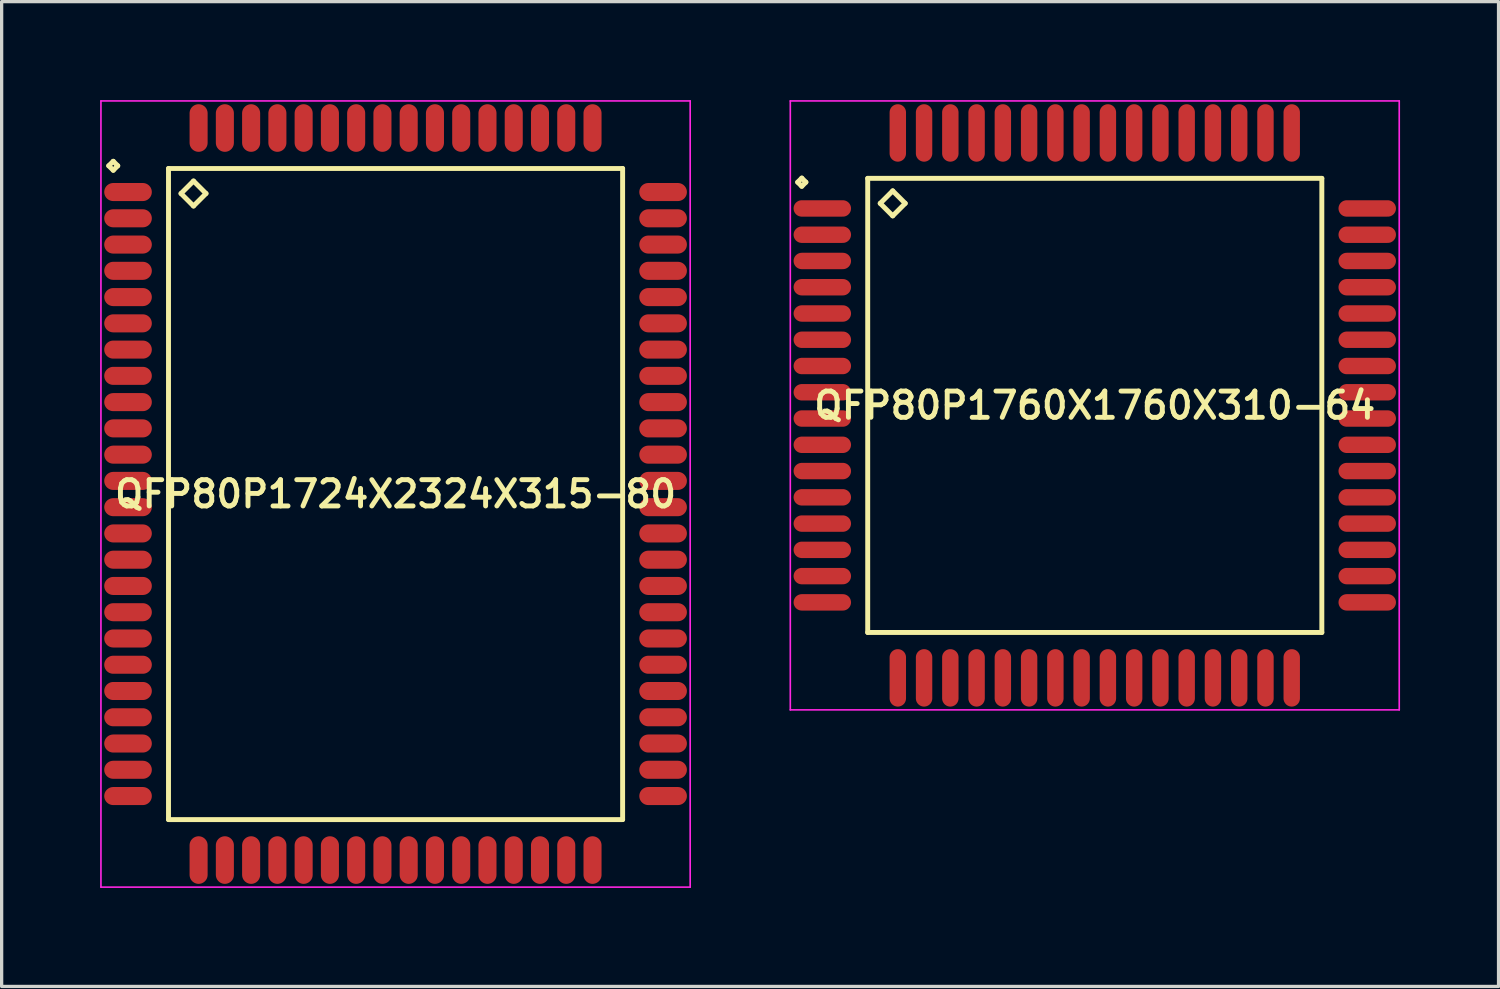
<source format=kicad_pcb>
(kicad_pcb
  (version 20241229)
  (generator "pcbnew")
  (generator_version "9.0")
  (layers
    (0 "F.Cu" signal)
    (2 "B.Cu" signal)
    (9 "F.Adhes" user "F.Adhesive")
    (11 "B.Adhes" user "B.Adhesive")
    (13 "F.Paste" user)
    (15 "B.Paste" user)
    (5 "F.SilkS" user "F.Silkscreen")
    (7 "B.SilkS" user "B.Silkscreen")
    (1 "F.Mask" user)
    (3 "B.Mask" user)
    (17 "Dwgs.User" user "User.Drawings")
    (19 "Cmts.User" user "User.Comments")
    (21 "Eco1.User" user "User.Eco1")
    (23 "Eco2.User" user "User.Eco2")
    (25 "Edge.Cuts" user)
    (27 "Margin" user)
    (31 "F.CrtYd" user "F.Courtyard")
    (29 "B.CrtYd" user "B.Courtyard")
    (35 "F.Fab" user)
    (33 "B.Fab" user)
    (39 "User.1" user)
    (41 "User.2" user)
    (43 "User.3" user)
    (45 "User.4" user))
  (footprint "QFP80P1760X1760X310-64"
    (layer "F.Cu")
    (at 30.3 9.3)
    (property "Reference" "QFP80P1760X1760X310-64" (at 0 0 0) (layer "F.SilkS") (effects (font (size 0.8 0.8) (thickness 0.15))))
    (attr smd)
    (fp_line (start -9.05 -6.8) (end -8.925 -6.925) (stroke (width 0.15) (type solid)) (layer "F.SilkS"))
    (fp_line (start -8.925 -6.925) (end -8.8 -6.8) (stroke (width 0.15) (type solid)) (layer "F.SilkS"))
    (fp_line (start -8.925 -6.675) (end -9.05 -6.8) (stroke (width 0.15) (type solid)) (layer "F.SilkS"))
    (fp_line (start -8.8 -6.8) (end -8.925 -6.675) (stroke (width 0.15) (type solid)) (layer "F.SilkS"))
    (fp_line (start -6.917 -6.917) (end -6.917 6.917) (stroke (width 0.15) (type solid)) (layer "F.SilkS"))
    (fp_line (start -6.917 6.917) (end 6.917 6.917) (stroke (width 0.15) (type solid)) (layer "F.SilkS"))
    (fp_line (start -6.536 -6.155) (end -6.155 -6.536) (stroke (width 0.15) (type solid)) (layer "F.SilkS"))
    (fp_line (start -6.155 -6.536) (end -5.774 -6.155) (stroke (width 0.15) (type solid)) (layer "F.SilkS"))
    (fp_line (start -6.155 -5.774) (end -6.536 -6.155) (stroke (width 0.15) (type solid)) (layer "F.SilkS"))
    (fp_line (start -5.774 -6.155) (end -6.155 -5.774) (stroke (width 0.15) (type solid)) (layer "F.SilkS"))
    (fp_line (start 6.917 -6.917) (end -6.917 -6.917) (stroke (width 0.15) (type solid)) (layer "F.SilkS"))
    (fp_line (start 6.917 6.917) (end 6.917 -6.917) (stroke (width 0.15) (type solid)) (layer "F.SilkS"))
    (fp_line (start -9.275 -9.275) (end 9.275 -9.275) (stroke (width 0.05) (type solid)) (layer "F.CrtYd"))
    (fp_line (start -9.275 9.275) (end -9.275 -9.275) (stroke (width 0.05) (type solid)) (layer "F.CrtYd"))
    (fp_line (start 9.275 -9.275) (end 9.275 9.275) (stroke (width 0.05) (type solid)) (layer "F.CrtYd"))
    (fp_line (start 9.275 9.275) (end -9.275 9.275) (stroke (width 0.05) (type solid)) (layer "F.CrtYd"))
    (pad "1" smd oval (at -8.3 -6) (size 1.75 0.5) (layers "F.Cu" "F.Mask" "F.Paste"))
    (pad "2" smd oval (at -8.3 -5.2) (size 1.75 0.5) (layers "F.Cu" "F.Mask" "F.Paste"))
    (pad "3" smd oval (at -8.3 -4.4) (size 1.75 0.5) (layers "F.Cu" "F.Mask" "F.Paste"))
    (pad "4" smd oval (at -8.3 -3.6) (size 1.75 0.5) (layers "F.Cu" "F.Mask" "F.Paste"))
    (pad "5" smd oval (at -8.3 -2.8) (size 1.75 0.5) (layers "F.Cu" "F.Mask" "F.Paste"))
    (pad "6" smd oval (at -8.3 -2) (size 1.75 0.5) (layers "F.Cu" "F.Mask" "F.Paste"))
    (pad "7" smd oval (at -8.3 -1.2) (size 1.75 0.5) (layers "F.Cu" "F.Mask" "F.Paste"))
    (pad "8" smd oval (at -8.3 -0.4) (size 1.75 0.5) (layers "F.Cu" "F.Mask" "F.Paste"))
    (pad "9" smd oval (at -8.3 0.4) (size 1.75 0.5) (layers "F.Cu" "F.Mask" "F.Paste"))
    (pad "10" smd oval (at -8.3 1.2) (size 1.75 0.5) (layers "F.Cu" "F.Mask" "F.Paste"))
    (pad "11" smd oval (at -8.3 2) (size 1.75 0.5) (layers "F.Cu" "F.Mask" "F.Paste"))
    (pad "12" smd oval (at -8.3 2.8) (size 1.75 0.5) (layers "F.Cu" "F.Mask" "F.Paste"))
    (pad "13" smd oval (at -8.3 3.6) (size 1.75 0.5) (layers "F.Cu" "F.Mask" "F.Paste"))
    (pad "14" smd oval (at -8.3 4.4) (size 1.75 0.5) (layers "F.Cu" "F.Mask" "F.Paste"))
    (pad "15" smd oval (at -8.3 5.2) (size 1.75 0.5) (layers "F.Cu" "F.Mask" "F.Paste"))
    (pad "16" smd oval (at -8.3 6) (size 1.75 0.5) (layers "F.Cu" "F.Mask" "F.Paste"))
    (pad "17" smd oval (at -6 8.3) (size 0.5 1.75) (layers "F.Cu" "F.Mask" "F.Paste"))
    (pad "18" smd oval (at -5.2 8.3) (size 0.5 1.75) (layers "F.Cu" "F.Mask" "F.Paste"))
    (pad "19" smd oval (at -4.4 8.3) (size 0.5 1.75) (layers "F.Cu" "F.Mask" "F.Paste"))
    (pad "20" smd oval (at -3.6 8.3) (size 0.5 1.75) (layers "F.Cu" "F.Mask" "F.Paste"))
    (pad "21" smd oval (at -2.8 8.3) (size 0.5 1.75) (layers "F.Cu" "F.Mask" "F.Paste"))
    (pad "22" smd oval (at -2 8.3) (size 0.5 1.75) (layers "F.Cu" "F.Mask" "F.Paste"))
    (pad "23" smd oval (at -1.2 8.3) (size 0.5 1.75) (layers "F.Cu" "F.Mask" "F.Paste"))
    (pad "24" smd oval (at -0.4 8.3) (size 0.5 1.75) (layers "F.Cu" "F.Mask" "F.Paste"))
    (pad "25" smd oval (at 0.4 8.3) (size 0.5 1.75) (layers "F.Cu" "F.Mask" "F.Paste"))
    (pad "26" smd oval (at 1.2 8.3) (size 0.5 1.75) (layers "F.Cu" "F.Mask" "F.Paste"))
    (pad "27" smd oval (at 2 8.3) (size 0.5 1.75) (layers "F.Cu" "F.Mask" "F.Paste"))
    (pad "28" smd oval (at 2.8 8.3) (size 0.5 1.75) (layers "F.Cu" "F.Mask" "F.Paste"))
    (pad "29" smd oval (at 3.6 8.3) (size 0.5 1.75) (layers "F.Cu" "F.Mask" "F.Paste"))
    (pad "30" smd oval (at 4.4 8.3) (size 0.5 1.75) (layers "F.Cu" "F.Mask" "F.Paste"))
    (pad "31" smd oval (at 5.2 8.3) (size 0.5 1.75) (layers "F.Cu" "F.Mask" "F.Paste"))
    (pad "32" smd oval (at 6 8.3) (size 0.5 1.75) (layers "F.Cu" "F.Mask" "F.Paste"))
    (pad "33" smd oval (at 8.3 6) (size 1.75 0.5) (layers "F.Cu" "F.Mask" "F.Paste"))
    (pad "34" smd oval (at 8.3 5.2) (size 1.75 0.5) (layers "F.Cu" "F.Mask" "F.Paste"))
    (pad "35" smd oval (at 8.3 4.4) (size 1.75 0.5) (layers "F.Cu" "F.Mask" "F.Paste"))
    (pad "36" smd oval (at 8.3 3.6) (size 1.75 0.5) (layers "F.Cu" "F.Mask" "F.Paste"))
    (pad "37" smd oval (at 8.3 2.8) (size 1.75 0.5) (layers "F.Cu" "F.Mask" "F.Paste"))
    (pad "38" smd oval (at 8.3 2) (size 1.75 0.5) (layers "F.Cu" "F.Mask" "F.Paste"))
    (pad "39" smd oval (at 8.3 1.2) (size 1.75 0.5) (layers "F.Cu" "F.Mask" "F.Paste"))
    (pad "40" smd oval (at 8.3 0.4) (size 1.75 0.5) (layers "F.Cu" "F.Mask" "F.Paste"))
    (pad "41" smd oval (at 8.3 -0.4) (size 1.75 0.5) (layers "F.Cu" "F.Mask" "F.Paste"))
    (pad "42" smd oval (at 8.3 -1.2) (size 1.75 0.5) (layers "F.Cu" "F.Mask" "F.Paste"))
    (pad "43" smd oval (at 8.3 -2) (size 1.75 0.5) (layers "F.Cu" "F.Mask" "F.Paste"))
    (pad "44" smd oval (at 8.3 -2.8) (size 1.75 0.5) (layers "F.Cu" "F.Mask" "F.Paste"))
    (pad "45" smd oval (at 8.3 -3.6) (size 1.75 0.5) (layers "F.Cu" "F.Mask" "F.Paste"))
    (pad "46" smd oval (at 8.3 -4.4) (size 1.75 0.5) (layers "F.Cu" "F.Mask" "F.Paste"))
    (pad "47" smd oval (at 8.3 -5.2) (size 1.75 0.5) (layers "F.Cu" "F.Mask" "F.Paste"))
    (pad "48" smd oval (at 8.3 -6) (size 1.75 0.5) (layers "F.Cu" "F.Mask" "F.Paste"))
    (pad "49" smd oval (at 6 -8.3) (size 0.5 1.75) (layers "F.Cu" "F.Mask" "F.Paste"))
    (pad "50" smd oval (at 5.2 -8.3) (size 0.5 1.75) (layers "F.Cu" "F.Mask" "F.Paste"))
    (pad "51" smd oval (at 4.4 -8.3) (size 0.5 1.75) (layers "F.Cu" "F.Mask" "F.Paste"))
    (pad "52" smd oval (at 3.6 -8.3) (size 0.5 1.75) (layers "F.Cu" "F.Mask" "F.Paste"))
    (pad "53" smd oval (at 2.8 -8.3) (size 0.5 1.75) (layers "F.Cu" "F.Mask" "F.Paste"))
    (pad "54" smd oval (at 2 -8.3) (size 0.5 1.75) (layers "F.Cu" "F.Mask" "F.Paste"))
    (pad "55" smd oval (at 1.2 -8.3) (size 0.5 1.75) (layers "F.Cu" "F.Mask" "F.Paste"))
    (pad "56" smd oval (at 0.4 -8.3) (size 0.5 1.75) (layers "F.Cu" "F.Mask" "F.Paste"))
    (pad "57" smd oval (at -0.4 -8.3) (size 0.5 1.75) (layers "F.Cu" "F.Mask" "F.Paste"))
    (pad "58" smd oval (at -1.2 -8.3) (size 0.5 1.75) (layers "F.Cu" "F.Mask" "F.Paste"))
    (pad "59" smd oval (at -2 -8.3) (size 0.5 1.75) (layers "F.Cu" "F.Mask" "F.Paste"))
    (pad "60" smd oval (at -2.8 -8.3) (size 0.5 1.75) (layers "F.Cu" "F.Mask" "F.Paste"))
    (pad "61" smd oval (at -3.6 -8.3) (size 0.5 1.75) (layers "F.Cu" "F.Mask" "F.Paste"))
    (pad "62" smd oval (at -4.4 -8.3) (size 0.5 1.75) (layers "F.Cu" "F.Mask" "F.Paste"))
    (pad "63" smd oval (at -5.2 -8.3) (size 0.5 1.75) (layers "F.Cu" "F.Mask" "F.Paste"))
    (pad "64" smd oval (at -6 -8.3) (size 0.5 1.75) (layers "F.Cu" "F.Mask" "F.Paste")))
  (footprint "QFP80P1724X2324X315-80"
    (layer "F.Cu")
    (at 9 12)
    (property "Reference" "QFP80P1724X2324X315-80" (at 0 0 0) (layer "F.SilkS") (effects (font (size 0.8 0.8) (thickness 0.15))))
    (attr smd)
    (fp_line (start -8.738 -10) (end -8.6 -10.137) (stroke (width 0.15) (type solid)) (layer "F.SilkS"))
    (fp_line (start -8.6 -10.137) (end -8.463 -10) (stroke (width 0.15) (type solid)) (layer "F.SilkS"))
    (fp_line (start -8.6 -9.863) (end -8.738 -10) (stroke (width 0.15) (type solid)) (layer "F.SilkS"))
    (fp_line (start -8.463 -10) (end -8.6 -9.863) (stroke (width 0.15) (type solid)) (layer "F.SilkS"))
    (fp_line (start -6.917 -9.917) (end -6.917 9.917) (stroke (width 0.15) (type solid)) (layer "F.SilkS"))
    (fp_line (start -6.917 9.917) (end 6.917 9.917) (stroke (width 0.15) (type solid)) (layer "F.SilkS"))
    (fp_line (start -6.536 -9.155) (end -6.155 -9.536) (stroke (width 0.15) (type solid)) (layer "F.SilkS"))
    (fp_line (start -6.155 -9.536) (end -5.774 -9.155) (stroke (width 0.15) (type solid)) (layer "F.SilkS"))
    (fp_line (start -6.155 -8.774) (end -6.536 -9.155) (stroke (width 0.15) (type solid)) (layer "F.SilkS"))
    (fp_line (start -5.774 -9.155) (end -6.155 -8.774) (stroke (width 0.15) (type solid)) (layer "F.SilkS"))
    (fp_line (start 6.917 -9.917) (end -6.917 -9.917) (stroke (width 0.15) (type solid)) (layer "F.SilkS"))
    (fp_line (start 6.917 9.917) (end 6.917 -9.917) (stroke (width 0.15) (type solid)) (layer "F.SilkS"))
    (fp_line (start -8.975 -11.975) (end 8.975 -11.975) (stroke (width 0.05) (type solid)) (layer "F.CrtYd"))
    (fp_line (start -8.975 11.975) (end -8.975 -11.975) (stroke (width 0.05) (type solid)) (layer "F.CrtYd"))
    (fp_line (start 8.975 -11.975) (end 8.975 11.975) (stroke (width 0.05) (type solid)) (layer "F.CrtYd"))
    (fp_line (start 8.975 11.975) (end -8.975 11.975) (stroke (width 0.05) (type solid)) (layer "F.CrtYd"))
    (pad "1" smd oval (at -8.15 -9.2) (size 1.45 0.55) (layers "F.Cu" "F.Mask" "F.Paste"))
    (pad "2" smd oval (at -8.15 -8.4) (size 1.45 0.55) (layers "F.Cu" "F.Mask" "F.Paste"))
    (pad "3" smd oval (at -8.15 -7.6) (size 1.45 0.55) (layers "F.Cu" "F.Mask" "F.Paste"))
    (pad "4" smd oval (at -8.15 -6.8) (size 1.45 0.55) (layers "F.Cu" "F.Mask" "F.Paste"))
    (pad "5" smd oval (at -8.15 -6) (size 1.45 0.55) (layers "F.Cu" "F.Mask" "F.Paste"))
    (pad "6" smd oval (at -8.15 -5.2) (size 1.45 0.55) (layers "F.Cu" "F.Mask" "F.Paste"))
    (pad "7" smd oval (at -8.15 -4.4) (size 1.45 0.55) (layers "F.Cu" "F.Mask" "F.Paste"))
    (pad "8" smd oval (at -8.15 -3.6) (size 1.45 0.55) (layers "F.Cu" "F.Mask" "F.Paste"))
    (pad "9" smd oval (at -8.15 -2.8) (size 1.45 0.55) (layers "F.Cu" "F.Mask" "F.Paste"))
    (pad "10" smd oval (at -8.15 -2) (size 1.45 0.55) (layers "F.Cu" "F.Mask" "F.Paste"))
    (pad "11" smd oval (at -8.15 -1.2) (size 1.45 0.55) (layers "F.Cu" "F.Mask" "F.Paste"))
    (pad "12" smd oval (at -8.15 -0.4) (size 1.45 0.55) (layers "F.Cu" "F.Mask" "F.Paste"))
    (pad "13" smd oval (at -8.15 0.4) (size 1.45 0.55) (layers "F.Cu" "F.Mask" "F.Paste"))
    (pad "14" smd oval (at -8.15 1.2) (size 1.45 0.55) (layers "F.Cu" "F.Mask" "F.Paste"))
    (pad "15" smd oval (at -8.15 2) (size 1.45 0.55) (layers "F.Cu" "F.Mask" "F.Paste"))
    (pad "16" smd oval (at -8.15 2.8) (size 1.45 0.55) (layers "F.Cu" "F.Mask" "F.Paste"))
    (pad "17" smd oval (at -8.15 3.6) (size 1.45 0.55) (layers "F.Cu" "F.Mask" "F.Paste"))
    (pad "18" smd oval (at -8.15 4.4) (size 1.45 0.55) (layers "F.Cu" "F.Mask" "F.Paste"))
    (pad "19" smd oval (at -8.15 5.2) (size 1.45 0.55) (layers "F.Cu" "F.Mask" "F.Paste"))
    (pad "20" smd oval (at -8.15 6) (size 1.45 0.55) (layers "F.Cu" "F.Mask" "F.Paste"))
    (pad "21" smd oval (at -8.15 6.8) (size 1.45 0.55) (layers "F.Cu" "F.Mask" "F.Paste"))
    (pad "22" smd oval (at -8.15 7.6) (size 1.45 0.55) (layers "F.Cu" "F.Mask" "F.Paste"))
    (pad "23" smd oval (at -8.15 8.4) (size 1.45 0.55) (layers "F.Cu" "F.Mask" "F.Paste"))
    (pad "24" smd oval (at -8.15 9.2) (size 1.45 0.55) (layers "F.Cu" "F.Mask" "F.Paste"))
    (pad "25" smd oval (at -6 11.15) (size 0.55 1.45) (layers "F.Cu" "F.Mask" "F.Paste"))
    (pad "26" smd oval (at -5.2 11.15) (size 0.55 1.45) (layers "F.Cu" "F.Mask" "F.Paste"))
    (pad "27" smd oval (at -4.4 11.15) (size 0.55 1.45) (layers "F.Cu" "F.Mask" "F.Paste"))
    (pad "28" smd oval (at -3.6 11.15) (size 0.55 1.45) (layers "F.Cu" "F.Mask" "F.Paste"))
    (pad "29" smd oval (at -2.8 11.15) (size 0.55 1.45) (layers "F.Cu" "F.Mask" "F.Paste"))
    (pad "30" smd oval (at -2 11.15) (size 0.55 1.45) (layers "F.Cu" "F.Mask" "F.Paste"))
    (pad "31" smd oval (at -1.2 11.15) (size 0.55 1.45) (layers "F.Cu" "F.Mask" "F.Paste"))
    (pad "32" smd oval (at -0.4 11.15) (size 0.55 1.45) (layers "F.Cu" "F.Mask" "F.Paste"))
    (pad "33" smd oval (at 0.4 11.15) (size 0.55 1.45) (layers "F.Cu" "F.Mask" "F.Paste"))
    (pad "34" smd oval (at 1.2 11.15) (size 0.55 1.45) (layers "F.Cu" "F.Mask" "F.Paste"))
    (pad "35" smd oval (at 2 11.15) (size 0.55 1.45) (layers "F.Cu" "F.Mask" "F.Paste"))
    (pad "36" smd oval (at 2.8 11.15) (size 0.55 1.45) (layers "F.Cu" "F.Mask" "F.Paste"))
    (pad "37" smd oval (at 3.6 11.15) (size 0.55 1.45) (layers "F.Cu" "F.Mask" "F.Paste"))
    (pad "38" smd oval (at 4.4 11.15) (size 0.55 1.45) (layers "F.Cu" "F.Mask" "F.Paste"))
    (pad "39" smd oval (at 5.2 11.15) (size 0.55 1.45) (layers "F.Cu" "F.Mask" "F.Paste"))
    (pad "40" smd oval (at 6 11.15) (size 0.55 1.45) (layers "F.Cu" "F.Mask" "F.Paste"))
    (pad "41" smd oval (at 8.15 9.2) (size 1.45 0.55) (layers "F.Cu" "F.Mask" "F.Paste"))
    (pad "42" smd oval (at 8.15 8.4) (size 1.45 0.55) (layers "F.Cu" "F.Mask" "F.Paste"))
    (pad "43" smd oval (at 8.15 7.6) (size 1.45 0.55) (layers "F.Cu" "F.Mask" "F.Paste"))
    (pad "44" smd oval (at 8.15 6.8) (size 1.45 0.55) (layers "F.Cu" "F.Mask" "F.Paste"))
    (pad "45" smd oval (at 8.15 6) (size 1.45 0.55) (layers "F.Cu" "F.Mask" "F.Paste"))
    (pad "46" smd oval (at 8.15 5.2) (size 1.45 0.55) (layers "F.Cu" "F.Mask" "F.Paste"))
    (pad "47" smd oval (at 8.15 4.4) (size 1.45 0.55) (layers "F.Cu" "F.Mask" "F.Paste"))
    (pad "48" smd oval (at 8.15 3.6) (size 1.45 0.55) (layers "F.Cu" "F.Mask" "F.Paste"))
    (pad "49" smd oval (at 8.15 2.8) (size 1.45 0.55) (layers "F.Cu" "F.Mask" "F.Paste"))
    (pad "50" smd oval (at 8.15 2) (size 1.45 0.55) (layers "F.Cu" "F.Mask" "F.Paste"))
    (pad "51" smd oval (at 8.15 1.2) (size 1.45 0.55) (layers "F.Cu" "F.Mask" "F.Paste"))
    (pad "52" smd oval (at 8.15 0.4) (size 1.45 0.55) (layers "F.Cu" "F.Mask" "F.Paste"))
    (pad "53" smd oval (at 8.15 -0.4) (size 1.45 0.55) (layers "F.Cu" "F.Mask" "F.Paste"))
    (pad "54" smd oval (at 8.15 -1.2) (size 1.45 0.55) (layers "F.Cu" "F.Mask" "F.Paste"))
    (pad "55" smd oval (at 8.15 -2) (size 1.45 0.55) (layers "F.Cu" "F.Mask" "F.Paste"))
    (pad "56" smd oval (at 8.15 -2.8) (size 1.45 0.55) (layers "F.Cu" "F.Mask" "F.Paste"))
    (pad "57" smd oval (at 8.15 -3.6) (size 1.45 0.55) (layers "F.Cu" "F.Mask" "F.Paste"))
    (pad "58" smd oval (at 8.15 -4.4) (size 1.45 0.55) (layers "F.Cu" "F.Mask" "F.Paste"))
    (pad "59" smd oval (at 8.15 -5.2) (size 1.45 0.55) (layers "F.Cu" "F.Mask" "F.Paste"))
    (pad "60" smd oval (at 8.15 -6) (size 1.45 0.55) (layers "F.Cu" "F.Mask" "F.Paste"))
    (pad "61" smd oval (at 8.15 -6.8) (size 1.45 0.55) (layers "F.Cu" "F.Mask" "F.Paste"))
    (pad "62" smd oval (at 8.15 -7.6) (size 1.45 0.55) (layers "F.Cu" "F.Mask" "F.Paste"))
    (pad "63" smd oval (at 8.15 -8.4) (size 1.45 0.55) (layers "F.Cu" "F.Mask" "F.Paste"))
    (pad "64" smd oval (at 8.15 -9.2) (size 1.45 0.55) (layers "F.Cu" "F.Mask" "F.Paste"))
    (pad "65" smd oval (at 6 -11.15) (size 0.55 1.45) (layers "F.Cu" "F.Mask" "F.Paste"))
    (pad "66" smd oval (at 5.2 -11.15) (size 0.55 1.45) (layers "F.Cu" "F.Mask" "F.Paste"))
    (pad "67" smd oval (at 4.4 -11.15) (size 0.55 1.45) (layers "F.Cu" "F.Mask" "F.Paste"))
    (pad "68" smd oval (at 3.6 -11.15) (size 0.55 1.45) (layers "F.Cu" "F.Mask" "F.Paste"))
    (pad "69" smd oval (at 2.8 -11.15) (size 0.55 1.45) (layers "F.Cu" "F.Mask" "F.Paste"))
    (pad "70" smd oval (at 2 -11.15) (size 0.55 1.45) (layers "F.Cu" "F.Mask" "F.Paste"))
    (pad "71" smd oval (at 1.2 -11.15) (size 0.55 1.45) (layers "F.Cu" "F.Mask" "F.Paste"))
    (pad "72" smd oval (at 0.4 -11.15) (size 0.55 1.45) (layers "F.Cu" "F.Mask" "F.Paste"))
    (pad "73" smd oval (at -0.4 -11.15) (size 0.55 1.45) (layers "F.Cu" "F.Mask" "F.Paste"))
    (pad "74" smd oval (at -1.2 -11.15) (size 0.55 1.45) (layers "F.Cu" "F.Mask" "F.Paste"))
    (pad "75" smd oval (at -2 -11.15) (size 0.55 1.45) (layers "F.Cu" "F.Mask" "F.Paste"))
    (pad "76" smd oval (at -2.8 -11.15) (size 0.55 1.45) (layers "F.Cu" "F.Mask" "F.Paste"))
    (pad "77" smd oval (at -3.6 -11.15) (size 0.55 1.45) (layers "F.Cu" "F.Mask" "F.Paste"))
    (pad "78" smd oval (at -4.4 -11.15) (size 0.55 1.45) (layers "F.Cu" "F.Mask" "F.Paste"))
    (pad "79" smd oval (at -5.2 -11.15) (size 0.55 1.45) (layers "F.Cu" "F.Mask" "F.Paste"))
    (pad "80" smd oval (at -6 -11.15) (size 0.55 1.45) (layers "F.Cu" "F.Mask" "F.Paste")))
  (gr_rect
    (start -3 -3)
    (end 42.6 27)
    (stroke (width 0.1) (type default))
    (fill no)
    (layer "Edge.Cuts")))
</source>
